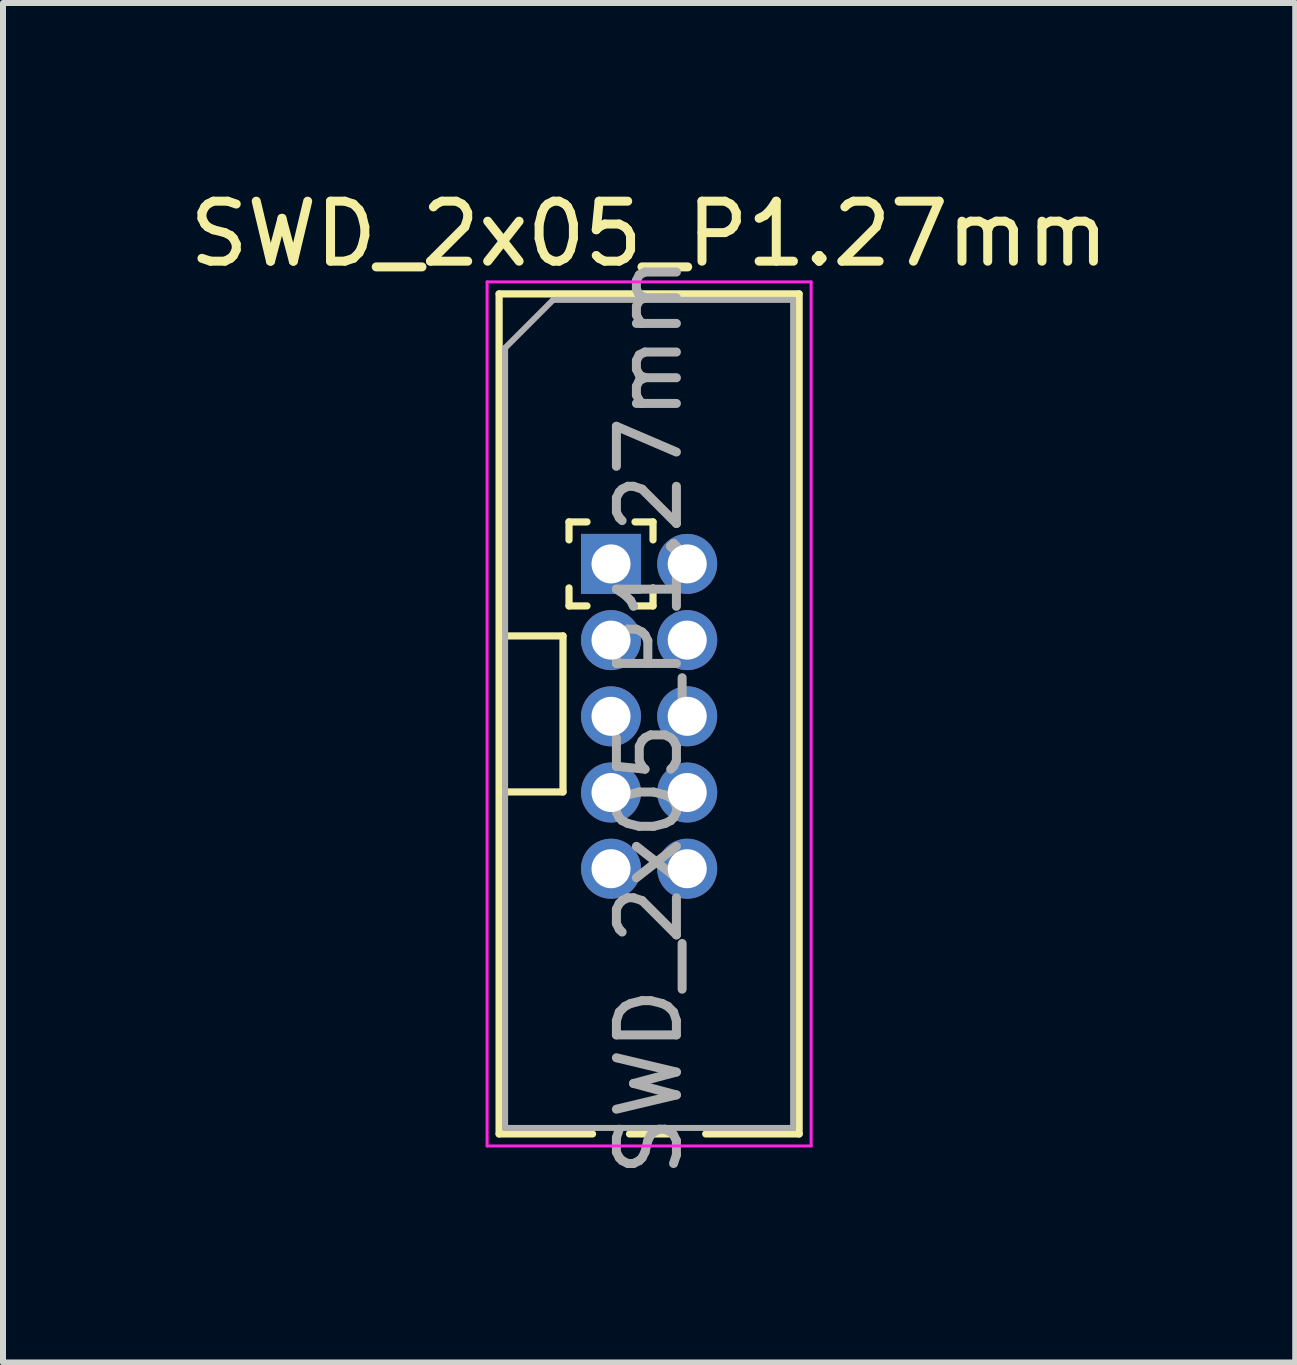
<source format=kicad_pcb>
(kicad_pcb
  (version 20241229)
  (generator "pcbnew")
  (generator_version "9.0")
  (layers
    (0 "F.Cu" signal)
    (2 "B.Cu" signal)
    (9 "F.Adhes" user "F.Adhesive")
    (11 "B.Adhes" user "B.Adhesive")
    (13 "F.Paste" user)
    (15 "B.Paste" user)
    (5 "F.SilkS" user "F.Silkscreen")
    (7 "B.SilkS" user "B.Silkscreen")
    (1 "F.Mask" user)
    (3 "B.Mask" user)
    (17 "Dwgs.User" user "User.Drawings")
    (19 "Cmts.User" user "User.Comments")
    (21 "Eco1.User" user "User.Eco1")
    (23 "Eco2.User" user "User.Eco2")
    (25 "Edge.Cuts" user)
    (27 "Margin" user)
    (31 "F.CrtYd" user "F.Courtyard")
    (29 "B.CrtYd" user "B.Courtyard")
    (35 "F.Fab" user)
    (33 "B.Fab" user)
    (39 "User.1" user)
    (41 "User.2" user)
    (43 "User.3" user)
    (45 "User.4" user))
  (footprint "SWD_2x05_P1.27mm"
    (layer "F.Cu")
    (at 7.133 6.348)
    (property "Reference" "SWD_2x05_P1.27mm" (at 0.635 -5.5 0) (layer "F.SilkS") (effects (font (size 1 1) (thickness 0.15))))
    (attr through_hole)
    (fp_line (start -1.865 -4.5) (end -1.865 9.5) (stroke (width 0.12) (type solid)) (layer "F.SilkS"))
    (fp_line (start -1.865 -4.5) (end 3.135 -4.5) (stroke (width 0.12) (type solid)) (layer "F.SilkS"))
    (fp_line (start -1.865 9.5) (end -0.308 9.5) (stroke (width 0.12) (type solid)) (layer "F.SilkS"))
    (fp_line (start -1.8 1.2) (end -0.8 1.2) (stroke (width 0.12) (type solid)) (layer "F.SilkS"))
    (fp_line (start -0.8 1.2) (end -0.8 3.8) (stroke (width 0.12) (type solid)) (layer "F.SilkS"))
    (fp_line (start -0.8 3.8) (end -1.8 3.8) (stroke (width 0.12) (type solid)) (layer "F.SilkS"))
    (fp_line (start -0.7 -0.7) (end -0.4 -0.7) (stroke (width 0.12) (type solid)) (layer "F.SilkS"))
    (fp_line (start -0.7 -0.4) (end -0.7 -0.7) (stroke (width 0.12) (type solid)) (layer "F.SilkS"))
    (fp_line (start -0.7 0.4) (end -0.7 0.7) (stroke (width 0.12) (type solid)) (layer "F.SilkS"))
    (fp_line (start -0.7 0.7) (end -0.4 0.7) (stroke (width 0.12) (type solid)) (layer "F.SilkS"))
    (fp_line (start 0.308 9.5) (end 0.962 9.5) (stroke (width 0.12) (type solid)) (layer "F.SilkS"))
    (fp_line (start 0.4 0.7) (end 0.7 0.7) (stroke (width 0.12) (type solid)) (layer "F.SilkS"))
    (fp_line (start 0.7 -0.7) (end 0.4 -0.7) (stroke (width 0.12) (type solid)) (layer "F.SilkS"))
    (fp_line (start 0.7 -0.4) (end 0.7 -0.7) (stroke (width 0.12) (type solid)) (layer "F.SilkS"))
    (fp_line (start 0.7 0.7) (end 0.7 0.4) (stroke (width 0.12) (type solid)) (layer "F.SilkS"))
    (fp_line (start 1.578 9.5) (end 3.135 9.5) (stroke (width 0.12) (type solid)) (layer "F.SilkS"))
    (fp_line (start 3.135 -4.5) (end 3.135 9.5) (stroke (width 0.12) (type solid)) (layer "F.SilkS"))
    (fp_line (start -2.065 -4.7) (end -2.065 9.7) (stroke (width 0.05) (type solid)) (layer "F.CrtYd"))
    (fp_line (start -2.065 9.7) (end 3.335 9.7) (stroke (width 0.05) (type solid)) (layer "F.CrtYd"))
    (fp_line (start 3.335 -4.7) (end -2.065 -4.7) (stroke (width 0.05) (type solid)) (layer "F.CrtYd"))
    (fp_line (start 3.335 9.7) (end 3.335 -4.7) (stroke (width 0.05) (type solid)) (layer "F.CrtYd"))
    (fp_line (start -1.765 -3.6) (end -0.965 -4.4) (stroke (width 0.1) (type solid)) (layer "F.Fab"))
    (fp_line (start -1.765 9.4) (end -1.765 -3.6) (stroke (width 0.1) (type solid)) (layer "F.Fab"))
    (fp_line (start -0.965 -4.4) (end 3.035 -4.4) (stroke (width 0.1) (type solid)) (layer "F.Fab"))
    (fp_line (start 3.035 -4.4) (end 3.035 9.4) (stroke (width 0.1) (type solid)) (layer "F.Fab"))
    (fp_line (start 3.035 9.4) (end -1.765 9.4) (stroke (width 0.1) (type solid)) (layer "F.Fab"))
    (fp_text user "${REFERENCE}" (at 0.635 2.54 90) (layer "F.Fab") (effects (font (size 1 1) (thickness 0.15))))
    (pad "1" thru_hole rect (at 0 0) (size 1 1) (drill 0.65) (layers "*.Cu" "*.Mask"))
    (pad "2" thru_hole oval (at 1.27 0) (size 1 1) (drill 0.65) (layers "*.Cu" "*.Mask"))
    (pad "3" thru_hole oval (at 0 1.27) (size 1 1) (drill 0.65) (layers "*.Cu" "*.Mask"))
    (pad "4" thru_hole oval (at 1.27 1.27) (size 1 1) (drill 0.65) (layers "*.Cu" "*.Mask"))
    (pad "5" thru_hole oval (at 0 2.54) (size 1 1) (drill 0.65) (layers "*.Cu" "*.Mask"))
    (pad "6" thru_hole oval (at 1.27 2.54) (size 1 1) (drill 0.65) (layers "*.Cu" "*.Mask"))
    (pad "7" thru_hole oval (at 0 3.81) (size 1 1) (drill 0.65) (layers "*.Cu" "*.Mask"))
    (pad "8" thru_hole oval (at 1.27 3.81) (size 1 1) (drill 0.65) (layers "*.Cu" "*.Mask"))
    (pad "9" thru_hole oval (at 0 5.08) (size 1 1) (drill 0.65) (layers "*.Cu" "*.Mask"))
    (pad "10" thru_hole oval (at 1.27 5.08) (size 1 1) (drill 0.65) (layers "*.Cu" "*.Mask")))
  (gr_rect
    (start -3 -3)
    (end 18.536 19.656)
    (stroke (width 0.1) (type default))
    (fill no)
    (layer "Edge.Cuts")))
</source>
